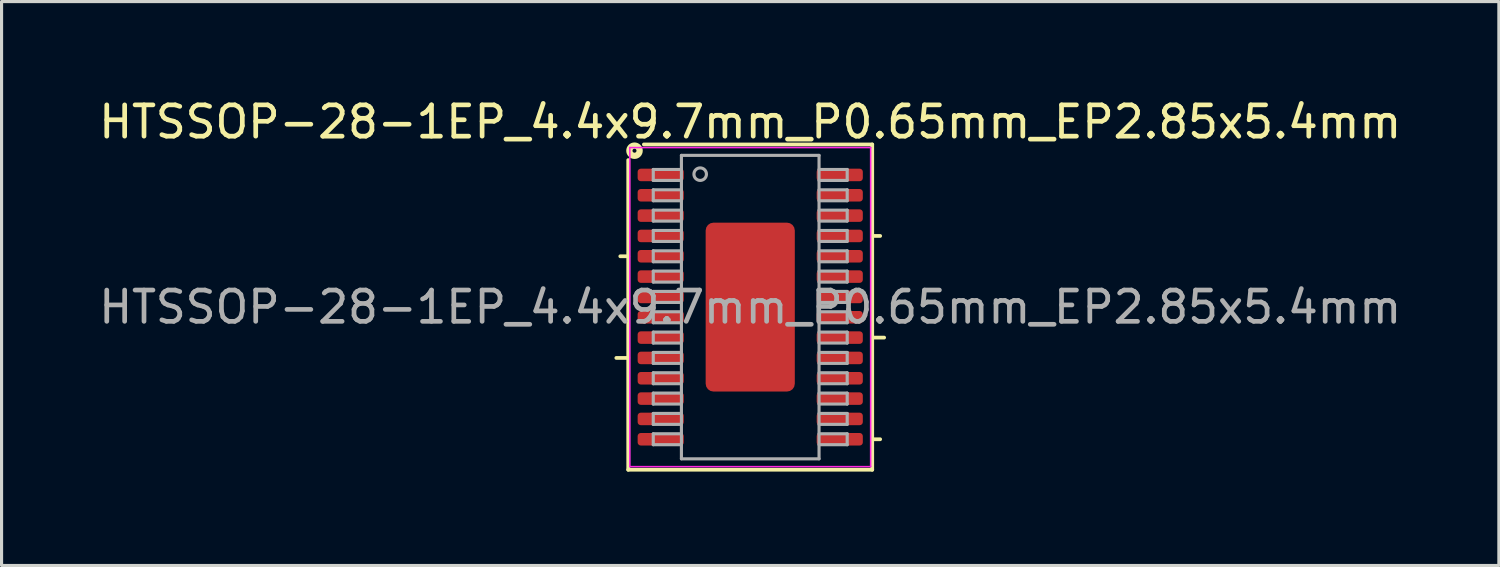
<source format=kicad_pcb>
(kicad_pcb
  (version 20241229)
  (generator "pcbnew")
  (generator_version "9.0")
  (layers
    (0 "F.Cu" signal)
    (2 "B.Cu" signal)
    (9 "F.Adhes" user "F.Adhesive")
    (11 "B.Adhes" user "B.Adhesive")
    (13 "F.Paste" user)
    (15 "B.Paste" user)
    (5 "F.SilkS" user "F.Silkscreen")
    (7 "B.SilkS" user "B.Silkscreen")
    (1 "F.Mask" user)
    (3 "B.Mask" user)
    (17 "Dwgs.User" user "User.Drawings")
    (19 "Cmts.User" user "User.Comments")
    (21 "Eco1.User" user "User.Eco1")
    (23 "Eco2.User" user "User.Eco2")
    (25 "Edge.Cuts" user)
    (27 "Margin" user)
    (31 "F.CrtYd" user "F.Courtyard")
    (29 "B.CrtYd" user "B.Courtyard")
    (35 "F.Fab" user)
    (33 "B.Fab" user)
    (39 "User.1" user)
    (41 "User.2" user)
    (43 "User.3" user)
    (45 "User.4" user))
  (footprint "HTSSOP-28-1EP_4.4x9.7mm_P0.65mm_EP2.85x5.4mm"
    (layer "F.Cu")
    (at 20.935 6.768)
    (property "Reference" "HTSSOP-28-1EP_4.4x9.7mm_P0.65mm_EP2.85x5.4mm" (at 0 -5.92 0) (layer "F.SilkS") (effects (font (size 1 1) (thickness 0.15))))
    (attr smd)
    (fp_line (start -3.9 -1.625) (end -4.154 -1.625) (stroke (width 0.12) (type solid)) (layer "F.SilkS"))
    (fp_line (start -3.9 1.625) (end -4.281 1.625) (stroke (width 0.12) (type solid)) (layer "F.SilkS"))
    (fp_line (start -3.9 5.2) (end -3.9 -4.7) (stroke (width 0.12) (type solid)) (layer "F.SilkS"))
    (fp_line (start -3.4 -5.2) (end 3.9 -5.2) (stroke (width 0.12) (type solid)) (layer "F.SilkS"))
    (fp_line (start 3.9 -5.2) (end 3.9 5.2) (stroke (width 0.12) (type solid)) (layer "F.SilkS"))
    (fp_line (start 3.9 -2.275) (end 4.154 -2.275) (stroke (width 0.12) (type solid)) (layer "F.SilkS"))
    (fp_line (start 3.9 0.975) (end 4.281 0.975) (stroke (width 0.12) (type solid)) (layer "F.SilkS"))
    (fp_line (start 3.9 4.225) (end 4.154 4.225) (stroke (width 0.12) (type solid)) (layer "F.SilkS"))
    (fp_line (start 3.9 5.2) (end -3.9 5.2) (stroke (width 0.12) (type solid)) (layer "F.SilkS"))
    (fp_circle (center -3.7 -5) (end -3.636 -5) (stroke (width 0.2) (type solid)) (fill no) (layer "F.SilkS"))
    (fp_line (start -3.85 -5.1) (end -3.85 5.1) (stroke (width 0.05) (type solid)) (layer "F.CrtYd"))
    (fp_line (start -3.85 5.1) (end 3.85 5.1) (stroke (width 0.05) (type solid)) (layer "F.CrtYd"))
    (fp_line (start 3.85 -5.1) (end -3.85 -5.1) (stroke (width 0.05) (type solid)) (layer "F.CrtYd"))
    (fp_line (start 3.85 5.1) (end 3.85 -5.1) (stroke (width 0.05) (type solid)) (layer "F.CrtYd"))
    (fp_line (start -3.1 -4.4) (end -3.1 -4.05) (stroke (width 0.1) (type solid)) (layer "F.Fab"))
    (fp_line (start -3.1 -4.4) (end -2.2 -4.4) (stroke (width 0.1) (type solid)) (layer "F.Fab"))
    (fp_line (start -3.1 -4.05) (end -2.2 -4.05) (stroke (width 0.1) (type solid)) (layer "F.Fab"))
    (fp_line (start -3.1 -3.75) (end -3.1 -3.4) (stroke (width 0.1) (type solid)) (layer "F.Fab"))
    (fp_line (start -3.1 -3.75) (end -2.2 -3.75) (stroke (width 0.1) (type solid)) (layer "F.Fab"))
    (fp_line (start -3.1 -3.4) (end -2.2 -3.4) (stroke (width 0.1) (type solid)) (layer "F.Fab"))
    (fp_line (start -3.1 -3.1) (end -3.1 -2.75) (stroke (width 0.1) (type solid)) (layer "F.Fab"))
    (fp_line (start -3.1 -3.1) (end -2.2 -3.1) (stroke (width 0.1) (type solid)) (layer "F.Fab"))
    (fp_line (start -3.1 -2.75) (end -2.2 -2.75) (stroke (width 0.1) (type solid)) (layer "F.Fab"))
    (fp_line (start -3.1 -2.45) (end -3.1 -2.1) (stroke (width 0.1) (type solid)) (layer "F.Fab"))
    (fp_line (start -3.1 -2.45) (end -2.2 -2.45) (stroke (width 0.1) (type solid)) (layer "F.Fab"))
    (fp_line (start -3.1 -2.1) (end -2.2 -2.1) (stroke (width 0.1) (type solid)) (layer "F.Fab"))
    (fp_line (start -3.1 -1.8) (end -3.1 -1.45) (stroke (width 0.1) (type solid)) (layer "F.Fab"))
    (fp_line (start -3.1 -1.8) (end -2.2 -1.8) (stroke (width 0.1) (type solid)) (layer "F.Fab"))
    (fp_line (start -3.1 -1.45) (end -2.2 -1.45) (stroke (width 0.1) (type solid)) (layer "F.Fab"))
    (fp_line (start -3.1 -1.15) (end -3.1 -0.8) (stroke (width 0.1) (type solid)) (layer "F.Fab"))
    (fp_line (start -3.1 -1.15) (end -2.2 -1.15) (stroke (width 0.1) (type solid)) (layer "F.Fab"))
    (fp_line (start -3.1 -0.8) (end -2.2 -0.8) (stroke (width 0.1) (type solid)) (layer "F.Fab"))
    (fp_line (start -3.1 -0.5) (end -3.1 -0.15) (stroke (width 0.1) (type solid)) (layer "F.Fab"))
    (fp_line (start -3.1 -0.5) (end -2.2 -0.5) (stroke (width 0.1) (type solid)) (layer "F.Fab"))
    (fp_line (start -3.1 -0.15) (end -2.2 -0.15) (stroke (width 0.1) (type solid)) (layer "F.Fab"))
    (fp_line (start -3.1 0.15) (end -3.1 0.5) (stroke (width 0.1) (type solid)) (layer "F.Fab"))
    (fp_line (start -3.1 0.15) (end -2.2 0.15) (stroke (width 0.1) (type solid)) (layer "F.Fab"))
    (fp_line (start -3.1 0.5) (end -2.2 0.5) (stroke (width 0.1) (type solid)) (layer "F.Fab"))
    (fp_line (start -3.1 0.8) (end -3.1 1.15) (stroke (width 0.1) (type solid)) (layer "F.Fab"))
    (fp_line (start -3.1 0.8) (end -2.2 0.8) (stroke (width 0.1) (type solid)) (layer "F.Fab"))
    (fp_line (start -3.1 1.15) (end -2.2 1.15) (stroke (width 0.1) (type solid)) (layer "F.Fab"))
    (fp_line (start -3.1 1.45) (end -3.1 1.8) (stroke (width 0.1) (type solid)) (layer "F.Fab"))
    (fp_line (start -3.1 1.45) (end -2.2 1.45) (stroke (width 0.1) (type solid)) (layer "F.Fab"))
    (fp_line (start -3.1 1.8) (end -2.2 1.8) (stroke (width 0.1) (type solid)) (layer "F.Fab"))
    (fp_line (start -3.1 2.1) (end -3.1 2.45) (stroke (width 0.1) (type solid)) (layer "F.Fab"))
    (fp_line (start -3.1 2.1) (end -2.2 2.1) (stroke (width 0.1) (type solid)) (layer "F.Fab"))
    (fp_line (start -3.1 2.45) (end -2.2 2.45) (stroke (width 0.1) (type solid)) (layer "F.Fab"))
    (fp_line (start -3.1 2.75) (end -3.1 3.1) (stroke (width 0.1) (type solid)) (layer "F.Fab"))
    (fp_line (start -3.1 2.75) (end -2.2 2.75) (stroke (width 0.1) (type solid)) (layer "F.Fab"))
    (fp_line (start -3.1 3.1) (end -2.2 3.1) (stroke (width 0.1) (type solid)) (layer "F.Fab"))
    (fp_line (start -3.1 3.4) (end -3.1 3.75) (stroke (width 0.1) (type solid)) (layer "F.Fab"))
    (fp_line (start -3.1 3.4) (end -2.2 3.4) (stroke (width 0.1) (type solid)) (layer "F.Fab"))
    (fp_line (start -3.1 3.75) (end -2.2 3.75) (stroke (width 0.1) (type solid)) (layer "F.Fab"))
    (fp_line (start -3.1 4.05) (end -3.1 4.4) (stroke (width 0.1) (type solid)) (layer "F.Fab"))
    (fp_line (start -3.1 4.05) (end -2.2 4.05) (stroke (width 0.1) (type solid)) (layer "F.Fab"))
    (fp_line (start -3.1 4.4) (end -2.2 4.4) (stroke (width 0.1) (type solid)) (layer "F.Fab"))
    (fp_line (start -2.2 -4.85) (end 2.2 -4.85) (stroke (width 0.1) (type solid)) (layer "F.Fab"))
    (fp_line (start -2.2 4.85) (end -2.2 -4.85) (stroke (width 0.1) (type solid)) (layer "F.Fab"))
    (fp_line (start 2.2 -4.85) (end 2.2 4.85) (stroke (width 0.1) (type solid)) (layer "F.Fab"))
    (fp_line (start 2.2 4.85) (end -2.2 4.85) (stroke (width 0.1) (type solid)) (layer "F.Fab"))
    (fp_line (start 3.1 -4.4) (end 2.2 -4.4) (stroke (width 0.1) (type solid)) (layer "F.Fab"))
    (fp_line (start 3.1 -4.05) (end 2.2 -4.05) (stroke (width 0.1) (type solid)) (layer "F.Fab"))
    (fp_line (start 3.1 -4.05) (end 3.1 -4.4) (stroke (width 0.1) (type solid)) (layer "F.Fab"))
    (fp_line (start 3.1 -3.75) (end 2.2 -3.75) (stroke (width 0.1) (type solid)) (layer "F.Fab"))
    (fp_line (start 3.1 -3.4) (end 2.2 -3.4) (stroke (width 0.1) (type solid)) (layer "F.Fab"))
    (fp_line (start 3.1 -3.4) (end 3.1 -3.75) (stroke (width 0.1) (type solid)) (layer "F.Fab"))
    (fp_line (start 3.1 -3.1) (end 2.2 -3.1) (stroke (width 0.1) (type solid)) (layer "F.Fab"))
    (fp_line (start 3.1 -2.75) (end 2.2 -2.75) (stroke (width 0.1) (type solid)) (layer "F.Fab"))
    (fp_line (start 3.1 -2.75) (end 3.1 -3.1) (stroke (width 0.1) (type solid)) (layer "F.Fab"))
    (fp_line (start 3.1 -2.45) (end 2.2 -2.45) (stroke (width 0.1) (type solid)) (layer "F.Fab"))
    (fp_line (start 3.1 -2.1) (end 2.2 -2.1) (stroke (width 0.1) (type solid)) (layer "F.Fab"))
    (fp_line (start 3.1 -2.1) (end 3.1 -2.45) (stroke (width 0.1) (type solid)) (layer "F.Fab"))
    (fp_line (start 3.1 -1.8) (end 2.2 -1.8) (stroke (width 0.1) (type solid)) (layer "F.Fab"))
    (fp_line (start 3.1 -1.45) (end 2.2 -1.45) (stroke (width 0.1) (type solid)) (layer "F.Fab"))
    (fp_line (start 3.1 -1.45) (end 3.1 -1.8) (stroke (width 0.1) (type solid)) (layer "F.Fab"))
    (fp_line (start 3.1 -1.15) (end 2.2 -1.15) (stroke (width 0.1) (type solid)) (layer "F.Fab"))
    (fp_line (start 3.1 -0.8) (end 2.2 -0.8) (stroke (width 0.1) (type solid)) (layer "F.Fab"))
    (fp_line (start 3.1 -0.8) (end 3.1 -1.15) (stroke (width 0.1) (type solid)) (layer "F.Fab"))
    (fp_line (start 3.1 -0.5) (end 2.2 -0.5) (stroke (width 0.1) (type solid)) (layer "F.Fab"))
    (fp_line (start 3.1 -0.15) (end 2.2 -0.15) (stroke (width 0.1) (type solid)) (layer "F.Fab"))
    (fp_line (start 3.1 -0.15) (end 3.1 -0.5) (stroke (width 0.1) (type solid)) (layer "F.Fab"))
    (fp_line (start 3.1 0.15) (end 2.2 0.15) (stroke (width 0.1) (type solid)) (layer "F.Fab"))
    (fp_line (start 3.1 0.5) (end 2.2 0.5) (stroke (width 0.1) (type solid)) (layer "F.Fab"))
    (fp_line (start 3.1 0.5) (end 3.1 0.15) (stroke (width 0.1) (type solid)) (layer "F.Fab"))
    (fp_line (start 3.1 0.8) (end 2.2 0.8) (stroke (width 0.1) (type solid)) (layer "F.Fab"))
    (fp_line (start 3.1 1.15) (end 2.2 1.15) (stroke (width 0.1) (type solid)) (layer "F.Fab"))
    (fp_line (start 3.1 1.15) (end 3.1 0.8) (stroke (width 0.1) (type solid)) (layer "F.Fab"))
    (fp_line (start 3.1 1.45) (end 2.2 1.45) (stroke (width 0.1) (type solid)) (layer "F.Fab"))
    (fp_line (start 3.1 1.8) (end 2.2 1.8) (stroke (width 0.1) (type solid)) (layer "F.Fab"))
    (fp_line (start 3.1 1.8) (end 3.1 1.45) (stroke (width 0.1) (type solid)) (layer "F.Fab"))
    (fp_line (start 3.1 2.1) (end 2.2 2.1) (stroke (width 0.1) (type solid)) (layer "F.Fab"))
    (fp_line (start 3.1 2.45) (end 2.2 2.45) (stroke (width 0.1) (type solid)) (layer "F.Fab"))
    (fp_line (start 3.1 2.45) (end 3.1 2.1) (stroke (width 0.1) (type solid)) (layer "F.Fab"))
    (fp_line (start 3.1 2.75) (end 2.2 2.75) (stroke (width 0.1) (type solid)) (layer "F.Fab"))
    (fp_line (start 3.1 3.1) (end 2.2 3.1) (stroke (width 0.1) (type solid)) (layer "F.Fab"))
    (fp_line (start 3.1 3.1) (end 3.1 2.75) (stroke (width 0.1) (type solid)) (layer "F.Fab"))
    (fp_line (start 3.1 3.4) (end 2.2 3.4) (stroke (width 0.1) (type solid)) (layer "F.Fab"))
    (fp_line (start 3.1 3.75) (end 2.2 3.75) (stroke (width 0.1) (type solid)) (layer "F.Fab"))
    (fp_line (start 3.1 3.75) (end 3.1 3.4) (stroke (width 0.1) (type solid)) (layer "F.Fab"))
    (fp_line (start 3.1 4.05) (end 2.2 4.05) (stroke (width 0.1) (type solid)) (layer "F.Fab"))
    (fp_line (start 3.1 4.4) (end 2.2 4.4) (stroke (width 0.1) (type solid)) (layer "F.Fab"))
    (fp_line (start 3.1 4.4) (end 3.1 4.05) (stroke (width 0.1) (type solid)) (layer "F.Fab"))
    (fp_circle (center -1.6 -4.25) (end -1.4 -4.25) (stroke (width 0.1) (type solid)) (fill no) (layer "F.Fab"))
    (fp_text user "${REFERENCE}" (at 0 0 0) (layer "F.Fab") (effects (font (size 1 1) (thickness 0.15))))
    (pad "" smd roundrect (at 0 -1.8) (size 2.3 1.45) (layers "F.Paste") (roundrect_rratio 0.172))
    (pad "" smd roundrect (at 0 0) (size 2.3 1.45) (layers "F.Paste") (roundrect_rratio 0.172))
    (pad "" smd roundrect (at 0 1.8) (size 2.3 1.45) (layers "F.Paste") (roundrect_rratio 0.172))
    (pad "1" smd roundrect (at -2.862 -4.225) (size 1.475 0.4) (layers "F.Cu" "F.Mask" "F.Paste") (roundrect_rratio 0.25))
    (pad "2" smd roundrect (at -2.862 -3.575) (size 1.475 0.4) (layers "F.Cu" "F.Mask" "F.Paste") (roundrect_rratio 0.25))
    (pad "3" smd roundrect (at -2.862 -2.925) (size 1.475 0.4) (layers "F.Cu" "F.Mask" "F.Paste") (roundrect_rratio 0.25))
    (pad "4" smd roundrect (at -2.862 -2.275) (size 1.475 0.4) (layers "F.Cu" "F.Mask" "F.Paste") (roundrect_rratio 0.25))
    (pad "5" smd roundrect (at -2.862 -1.625) (size 1.475 0.4) (layers "F.Cu" "F.Mask" "F.Paste") (roundrect_rratio 0.25))
    (pad "6" smd roundrect (at -2.862 -0.975) (size 1.475 0.4) (layers "F.Cu" "F.Mask" "F.Paste") (roundrect_rratio 0.25))
    (pad "7" smd roundrect (at -2.862 -0.325) (size 1.475 0.4) (layers "F.Cu" "F.Mask" "F.Paste") (roundrect_rratio 0.25))
    (pad "8" smd roundrect (at -2.862 0.325) (size 1.475 0.4) (layers "F.Cu" "F.Mask" "F.Paste") (roundrect_rratio 0.25))
    (pad "9" smd roundrect (at -2.862 0.975) (size 1.475 0.4) (layers "F.Cu" "F.Mask" "F.Paste") (roundrect_rratio 0.25))
    (pad "10" smd roundrect (at -2.862 1.625) (size 1.475 0.4) (layers "F.Cu" "F.Mask" "F.Paste") (roundrect_rratio 0.25))
    (pad "11" smd roundrect (at -2.862 2.275) (size 1.475 0.4) (layers "F.Cu" "F.Mask" "F.Paste") (roundrect_rratio 0.25))
    (pad "12" smd roundrect (at -2.862 2.925) (size 1.475 0.4) (layers "F.Cu" "F.Mask" "F.Paste") (roundrect_rratio 0.25))
    (pad "13" smd roundrect (at -2.862 3.575) (size 1.475 0.4) (layers "F.Cu" "F.Mask" "F.Paste") (roundrect_rratio 0.25))
    (pad "14" smd roundrect (at -2.862 4.225) (size 1.475 0.4) (layers "F.Cu" "F.Mask" "F.Paste") (roundrect_rratio 0.25))
    (pad "15" smd roundrect (at 2.862 4.225) (size 1.475 0.4) (layers "F.Cu" "F.Mask" "F.Paste") (roundrect_rratio 0.25))
    (pad "16" smd roundrect (at 2.862 3.575) (size 1.475 0.4) (layers "F.Cu" "F.Mask" "F.Paste") (roundrect_rratio 0.25))
    (pad "17" smd roundrect (at 2.862 2.925) (size 1.475 0.4) (layers "F.Cu" "F.Mask" "F.Paste") (roundrect_rratio 0.25))
    (pad "18" smd roundrect (at 2.862 2.275) (size 1.475 0.4) (layers "F.Cu" "F.Mask" "F.Paste") (roundrect_rratio 0.25))
    (pad "19" smd roundrect (at 2.862 1.625) (size 1.475 0.4) (layers "F.Cu" "F.Mask" "F.Paste") (roundrect_rratio 0.25))
    (pad "20" smd roundrect (at 2.862 0.975) (size 1.475 0.4) (layers "F.Cu" "F.Mask" "F.Paste") (roundrect_rratio 0.25))
    (pad "21" smd roundrect (at 2.862 0.325) (size 1.475 0.4) (layers "F.Cu" "F.Mask" "F.Paste") (roundrect_rratio 0.25))
    (pad "22" smd roundrect (at 2.862 -0.325) (size 1.475 0.4) (layers "F.Cu" "F.Mask" "F.Paste") (roundrect_rratio 0.25))
    (pad "23" smd roundrect (at 2.862 -0.975) (size 1.475 0.4) (layers "F.Cu" "F.Mask" "F.Paste") (roundrect_rratio 0.25))
    (pad "24" smd roundrect (at 2.862 -1.625) (size 1.475 0.4) (layers "F.Cu" "F.Mask" "F.Paste") (roundrect_rratio 0.25))
    (pad "25" smd roundrect (at 2.862 -2.275) (size 1.475 0.4) (layers "F.Cu" "F.Mask" "F.Paste") (roundrect_rratio 0.25))
    (pad "26" smd roundrect (at 2.862 -2.925) (size 1.475 0.4) (layers "F.Cu" "F.Mask" "F.Paste") (roundrect_rratio 0.25))
    (pad "27" smd roundrect (at 2.862 -3.575) (size 1.475 0.4) (layers "F.Cu" "F.Mask" "F.Paste") (roundrect_rratio 0.25))
    (pad "28" smd roundrect (at 2.862 -4.225) (size 1.475 0.4) (layers "F.Cu" "F.Mask" "F.Paste") (roundrect_rratio 0.25))
    (pad "29" smd roundrect (at 0 0) (size 2.85 5.4) (layers "F.Cu" "F.Mask") (roundrect_rratio 0.088)))
  (gr_rect
    (start -3 -3)
    (end 44.869 15.028)
    (stroke (width 0.1) (type default))
    (fill no)
    (layer "Edge.Cuts")))
</source>
